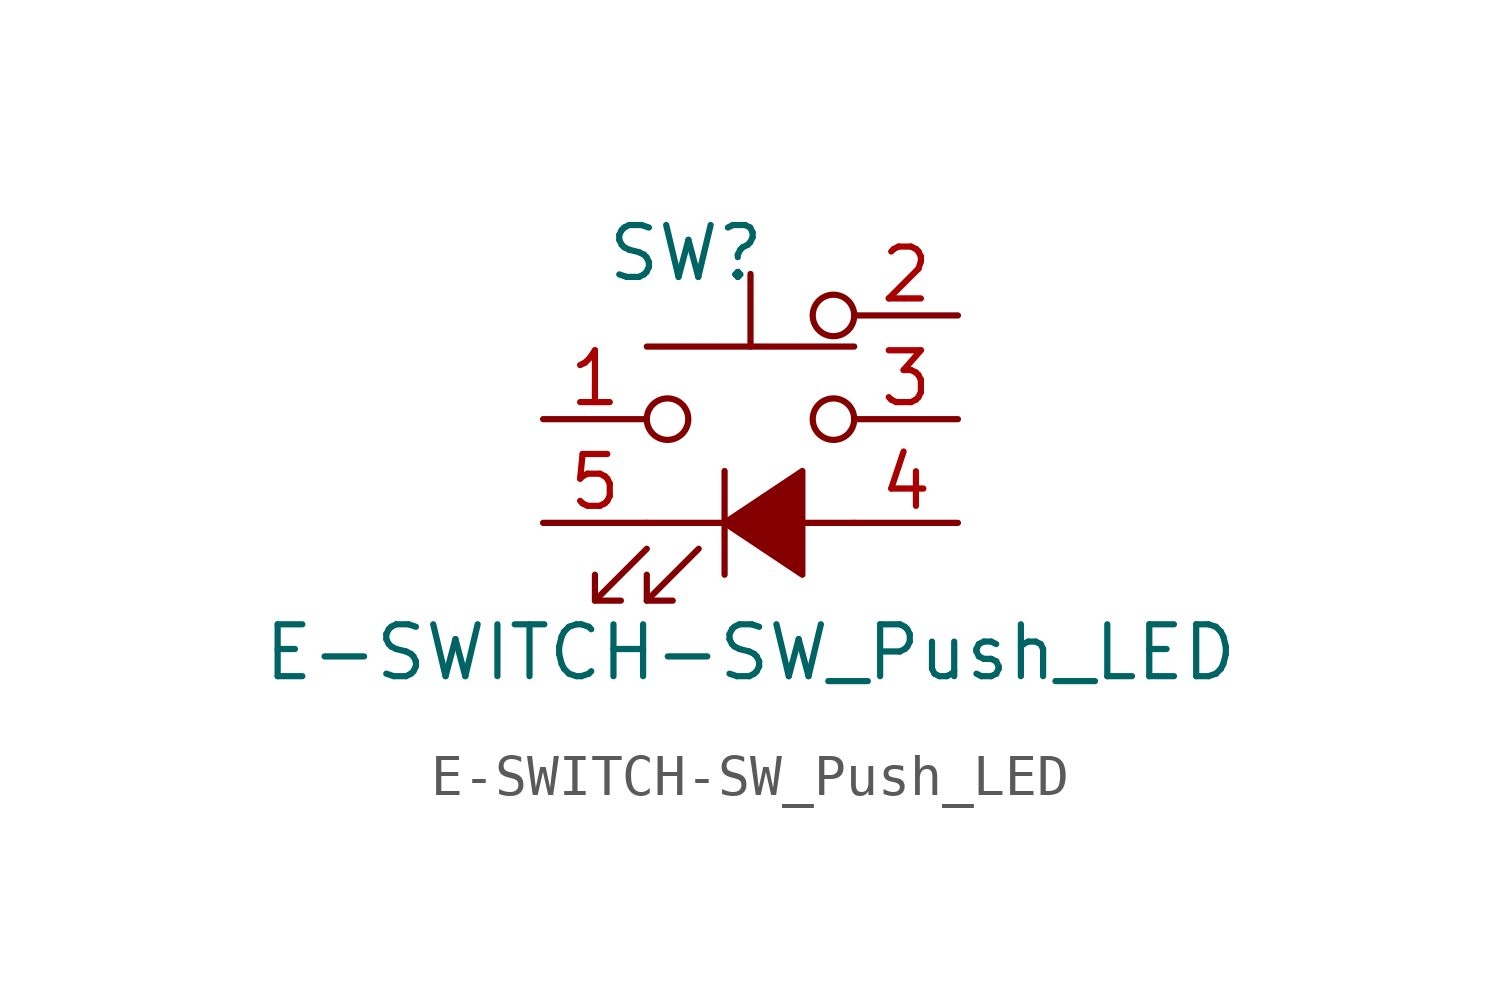
<source format=kicad_sym>
(kicad_symbol_lib
  (version 20211014)
  (generator kicad_symbol_editor)
  (symbol "E-SWITCH-SW_Push_LED"
    (pin_names
      (offset 1.016) hide)
    (property "Reference" "SW"
      (at -3.556 6.604 0)
      (effects (font (size 1.27 1.27)) (justify left)))
    (property "Value" "E-SWITCH-SW_Push_LED"
      (at 0 -3.175 0)
      (effects (font (size 1.27 1.27))))
    (symbol "E-SWITCH-SW_Push_LED_0_0"
      (polyline (pts (xy -3.81 -1.905) (xy -2.54 -0.635)) (stroke (width 0) (type default) (color 0 0 0 0)) (fill (type none)))
      (polyline (pts (xy -2.54 -1.905) (xy -1.27 -0.635)) (stroke (width 0) (type default) (color 0 0 0 0)) (fill (type none)))
      (polyline (pts (xy -2.54 0) (xy 2.54 0)) (stroke (width 0) (type default) (color 0 0 0 0)) (fill (type none)))
      (polyline (pts (xy -0.635 1.27) (xy -0.635 -1.27)) (stroke (width 0) (type default) (color 0 0 0 0)) (fill (type none)))
      (polyline (pts (xy -3.81 -1.27) (xy -3.81 -1.905) (xy -3.175 -1.905)) (stroke (width 0) (type default) (color 0 0 0 0)) (fill (type none)))
      (polyline (pts (xy -2.54 -1.27) (xy -2.54 -1.905) (xy -1.905 -1.905)) (stroke (width 0) (type default) (color 0 0 0 0)) (fill (type none)))
      (polyline (pts (xy -0.635 0) (xy 1.27 1.27) (xy 1.27 -1.27) (xy -0.635 0)) (stroke (width 0) (type default) (color 0 0 0 0)) (fill (type outline))))
    (symbol "E-SWITCH-SW_Push_LED_0_1"
      (circle (center -2.032 2.54) (radius 0.508) (stroke (width 0) (type default) (color 0 0 0 0)) (fill (type none)))
      (polyline (pts (xy 0 4.318) (xy 0 6.096)) (stroke (width 0) (type default) (color 0 0 0 0)) (fill (type none)))
      (polyline (pts (xy 2.54 4.318) (xy -2.54 4.318)) (stroke (width 0) (type default) (color 0 0 0 0)) (fill (type none)))
      (circle (center 2.032 2.54) (radius 0.508) (stroke (width 0) (type default) (color 0 0 0 0)) (fill (type none)))
      (circle (center 2.032 5.08) (radius 0.508) (stroke (width 0) (type default) (color 0 0 0 0)) (fill (type none)))
      (pin passive line (at -5.08 2.54 0) (length 2.54) (name "1" (effects (font (size 1.27 1.27)))) (number "1" (effects (font (size 1.27 1.27)))))
      (pin passive line (at 5.08 5.08 180) (length 2.54) (name "2" (effects (font (size 1.27 1.27)))) (number "2" (effects (font (size 1.27 1.27)))))
      (pin passive line (at 5.08 2.54 180) (length 2.54) (name "3" (effects (font (size 1.27 1.27)))) (number "3" (effects (font (size 1.27 1.27)))))
      (pin passive line (at 5.08 0 180) (length 2.54) (name "A" (effects (font (size 1.27 1.27)))) (number "4" (effects (font (size 1.27 1.27)))))
      (pin passive line (at -5.08 0 0) (length 2.54) (name "K" (effects (font (size 1.27 1.27)))) (number "5" (effects (font (size 1.27 1.27))))))))
</source>
